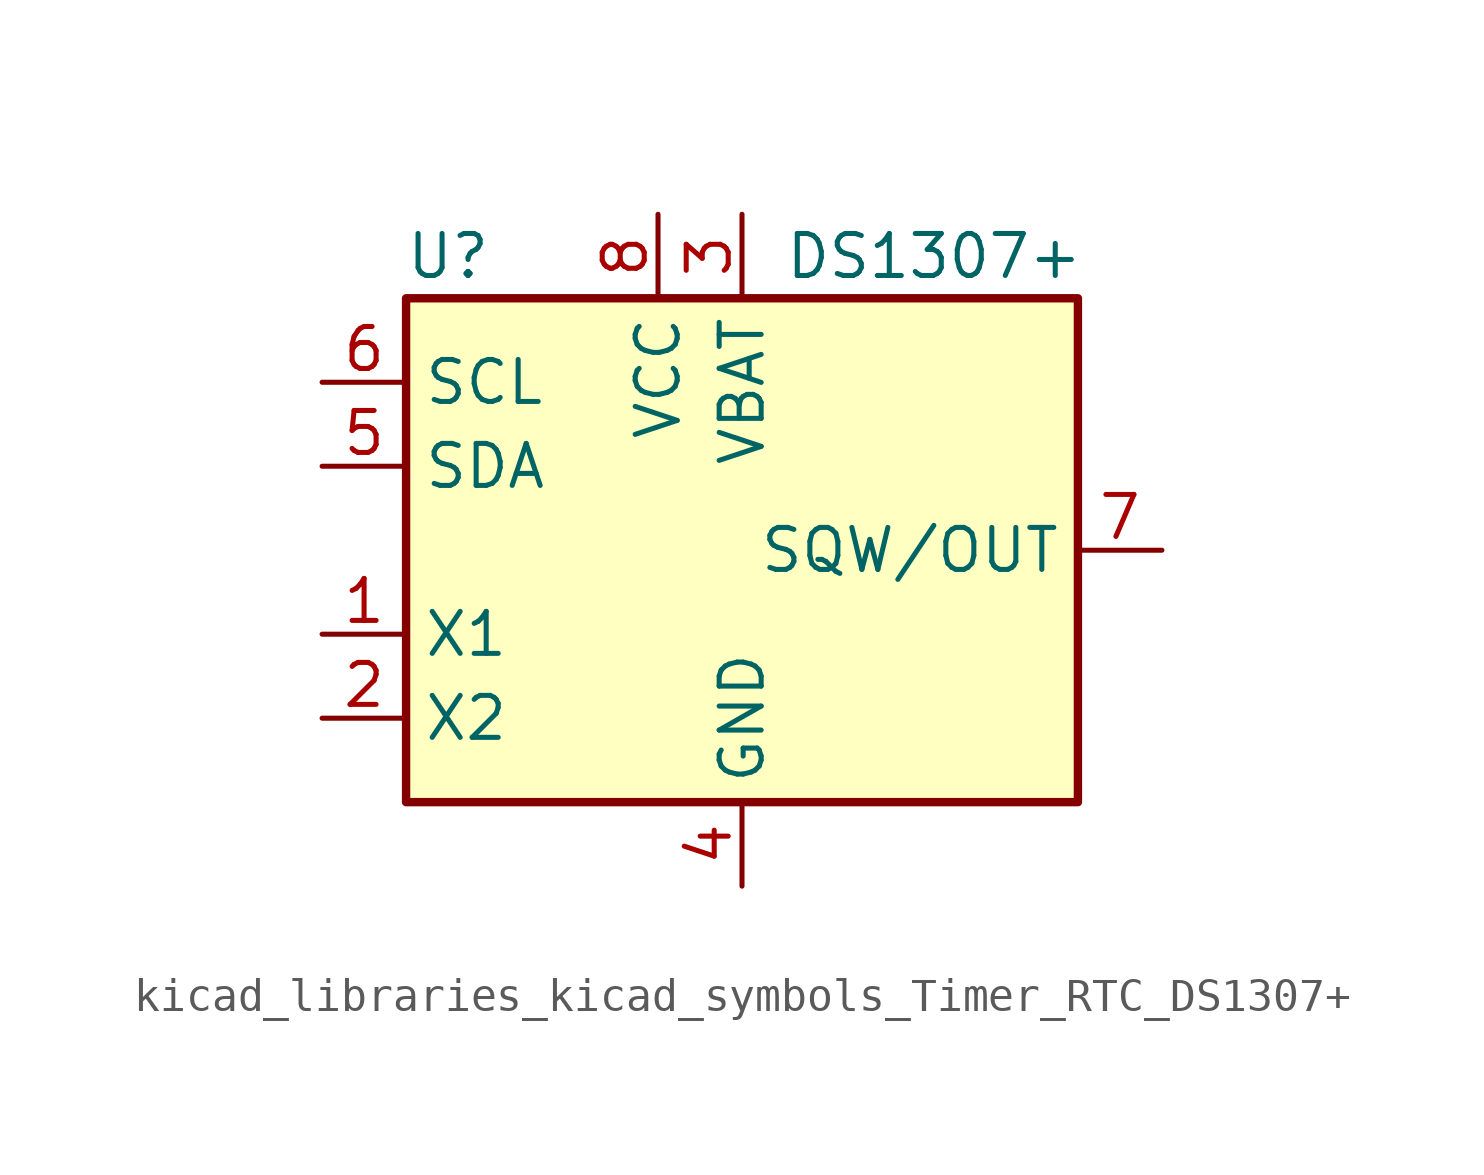
<source format=kicad_sym>
(kicad_symbol_lib
  (version 20220914)
  (generator kicad_symbol_editor)
  (symbol "kicad_libraries_kicad_symbols_Timer_RTC_DS1307+"
    (property "Reference" "U"
      (at -8.89 8.89 0)
      (effects (font (size 1.27 1.27))))
    (property "Value" "DS1307+"
      (at 1.27 8.89 0)
      (effects (font (size 1.27 1.27)) (justify left)))
    (symbol "kicad_libraries_kicad_symbols_Timer_RTC_DS1307+_0_1"
      (rectangle (start -10.16 7.62) (end 10.16 -7.62) (stroke (width 0.254) (type default)) (fill (type background))))
    (symbol "kicad_libraries_kicad_symbols_Timer_RTC_DS1307+_1_1"
      (pin input line (at -12.7 -2.54 0) (length 2.54) (name "X1" (effects (font (size 1.27 1.27)))) (number "1" (effects (font (size 1.27 1.27)))))
      (pin input line (at -12.7 -5.08 0) (length 2.54) (name "X2" (effects (font (size 1.27 1.27)))) (number "2" (effects (font (size 1.27 1.27)))))
      (pin power_in line (at 0 10.16 270) (length 2.54) (name "VBAT" (effects (font (size 1.27 1.27)))) (number "3" (effects (font (size 1.27 1.27)))))
      (pin power_in line (at 0 -10.16 90) (length 2.54) (name "GND" (effects (font (size 1.27 1.27)))) (number "4" (effects (font (size 1.27 1.27)))))
      (pin bidirectional line (at -12.7 2.54 0) (length 2.54) (name "SDA" (effects (font (size 1.27 1.27)))) (number "5" (effects (font (size 1.27 1.27)))))
      (pin input line (at -12.7 5.08 0) (length 2.54) (name "SCL" (effects (font (size 1.27 1.27)))) (number "6" (effects (font (size 1.27 1.27)))))
      (pin open_collector line (at 12.7 0 180) (length 2.54) (name "SQW/OUT" (effects (font (size 1.27 1.27)))) (number "7" (effects (font (size 1.27 1.27)))))
      (pin power_in line (at -2.54 10.16 270) (length 2.54) (name "VCC" (effects (font (size 1.27 1.27)))) (number "8" (effects (font (size 1.27 1.27))))))))
</source>
